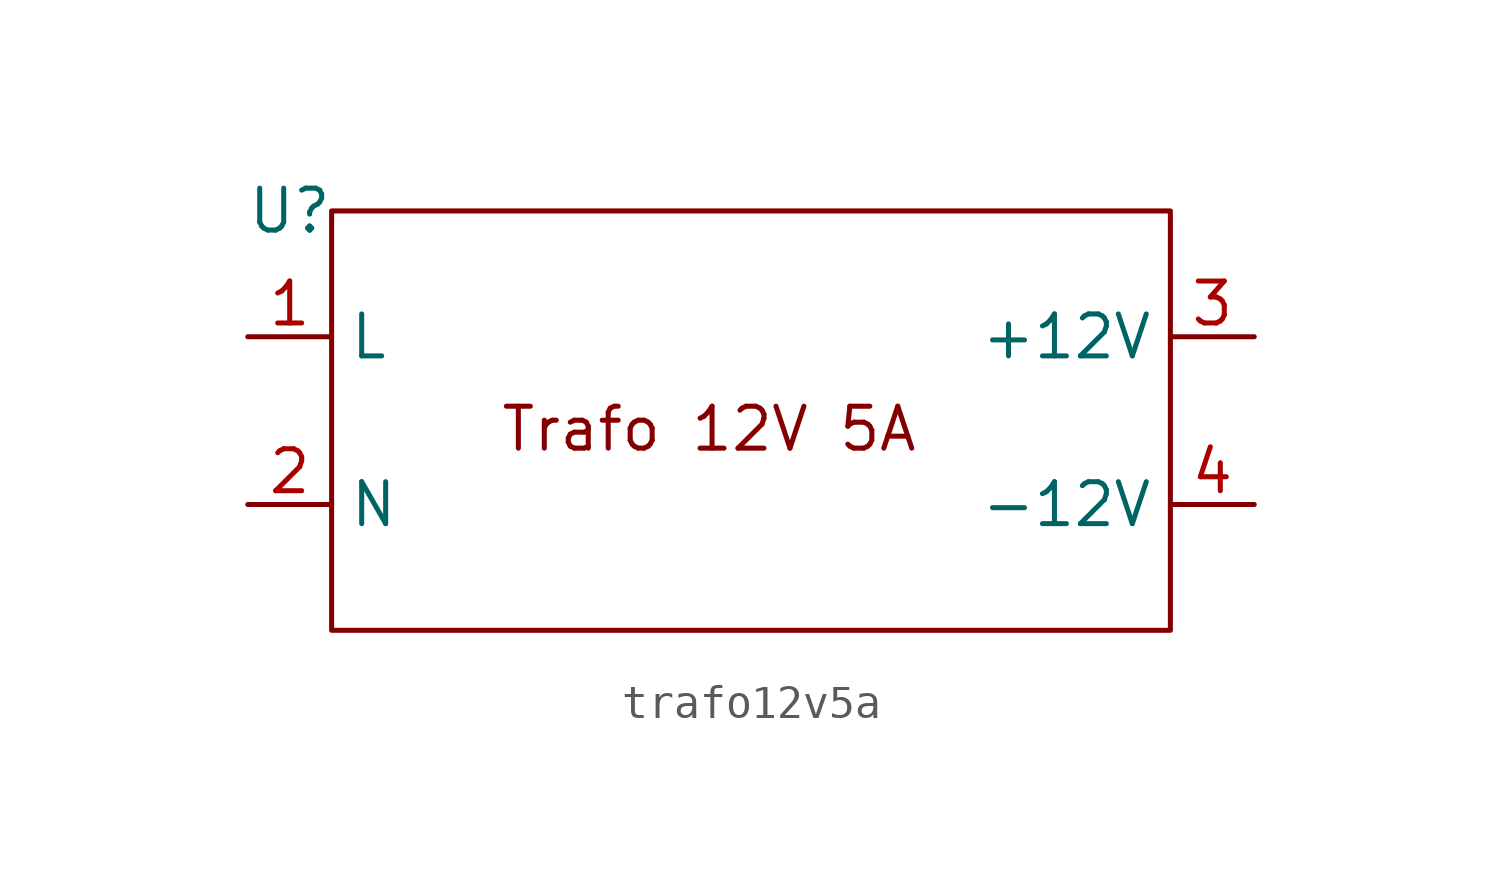
<source format=kicad_sym>
(kicad_symbol_lib
  (version 20231120)
  (generator "kicad_symbol_editor")
  (generator_version "8.0")
  (symbol "trafo12v5a"
    (property "Reference" "U"
      (at 0 0 0)
      (effects (font (size 1.27 1.27))))
    (property "Value" ""
      (at 0 0 0)
      (effects (font (size 1.27 1.27))))
    (symbol "trafo12v5a_0_1"
      (rectangle (start 1.27 0) (end 26.67 -12.7) (stroke (width 0) (type default)) (fill (type none))))
    (symbol "trafo12v5a_1_1"
      (text "Trafo 12V 5A" (at 12.7 -6.604 0) (effects (font (size 1.27 1.27))))
      (pin power_in line (at -1.27 -3.81 0) (length 2.54) (name "L" (effects (font (size 1.27 1.27)))) (number "1" (effects (font (size 1.27 1.27)))))
      (pin power_in line (at -1.27 -8.89 0) (length 2.54) (name "N" (effects (font (size 1.27 1.27)))) (number "2" (effects (font (size 1.27 1.27)))))
      (pin power_out line (at 29.21 -3.81 180) (length 2.54) (name "+12V" (effects (font (size 1.27 1.27)))) (number "3" (effects (font (size 1.27 1.27)))))
      (pin power_out line (at 29.21 -8.89 180) (length 2.54) (name "-12V" (effects (font (size 1.27 1.27)))) (number "4" (effects (font (size 1.27 1.27))))))))
</source>
